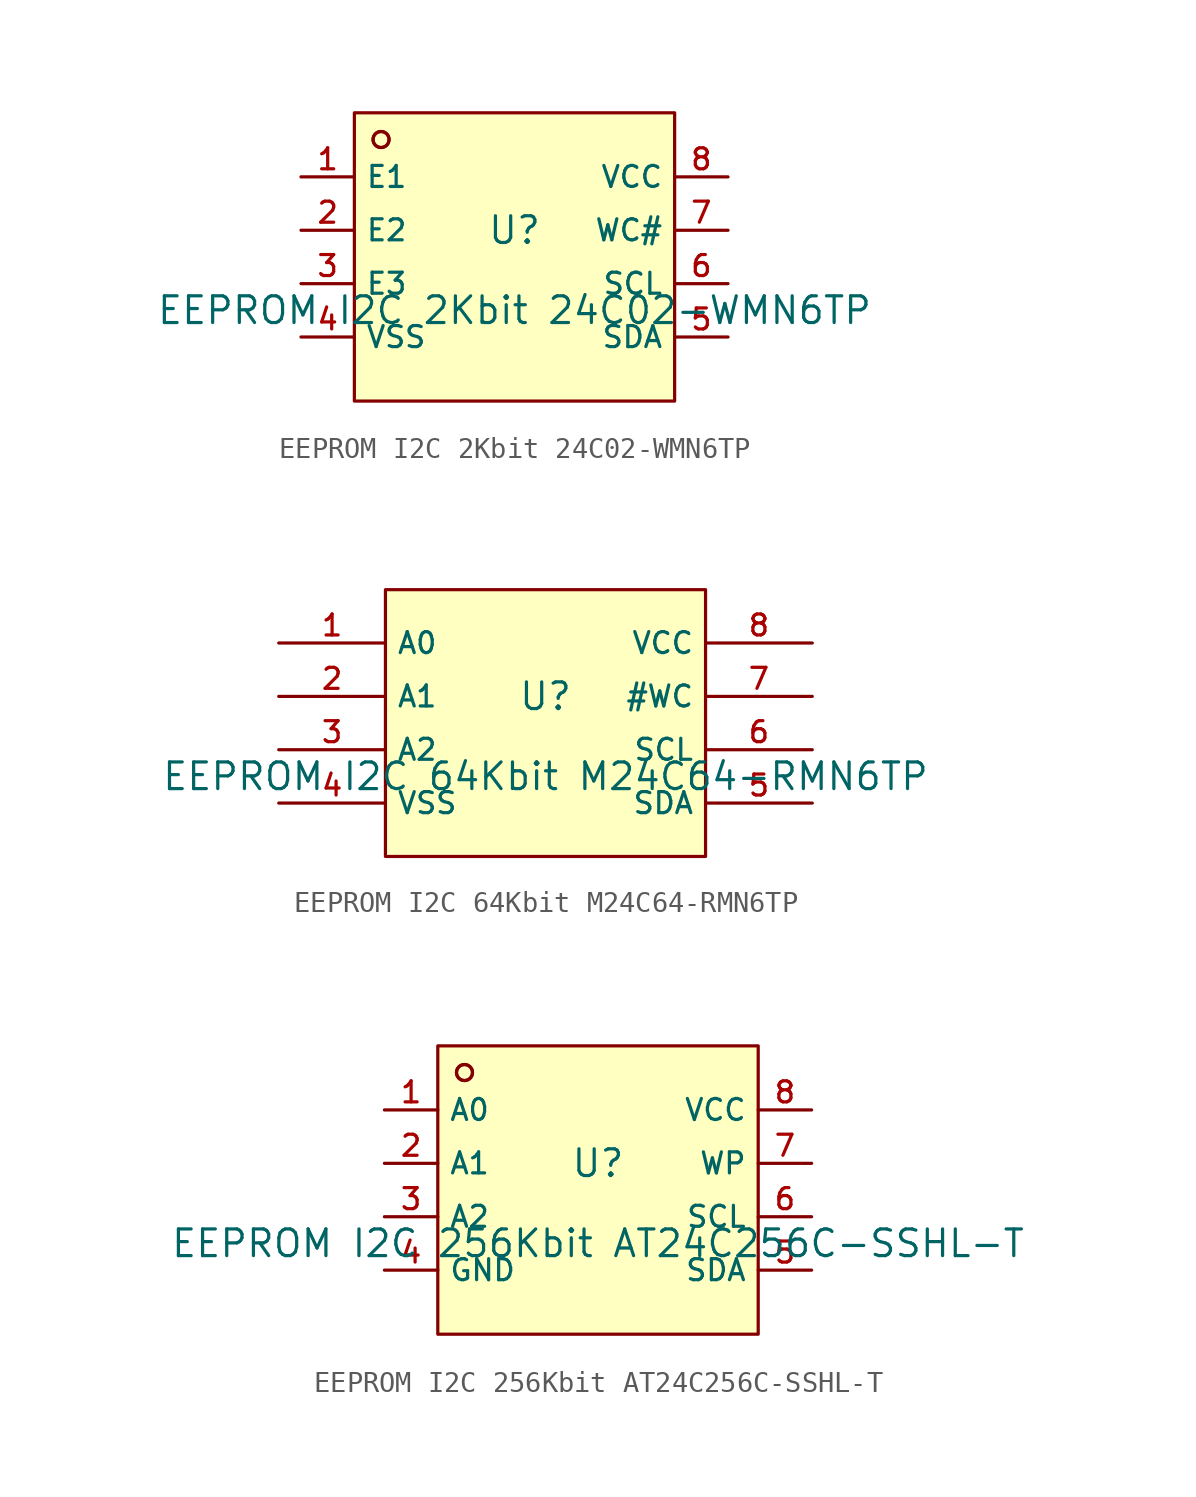
<source format=kicad_sym>
(kicad_symbol_lib
  (version 20220914)
  (generator kicad_symbol_editor)
  (symbol "EEPROM I2C 2Kbit 24C02-WMN6TP"
    (property "Reference" "U"
      (at 0 1.27 0)
      (effects (font (size 1.27 1.27))))
    (property "Value" "EEPROM I2C 2Kbit 24C02-WMN6TP"
      (at 0 -2.54 0)
      (effects (font (size 1.27 1.27))))
    (symbol "EEPROM I2C 2Kbit 24C02-WMN6TP_0_1"
      (rectangle (start -7.62 6.858) (end 7.62 -6.858) (stroke (width 0) (type default)) (fill (type background)))
      (circle (center -6.35 5.588) (radius 0.381) (stroke (width 0) (type default)) (fill (type background)))
      (circle (center -6.35 5.588) (radius 0.381) (stroke (width 0) (type default)) (fill (type background)))
      (pin unspecified line (at -10.16 3.81 0) (length 2.54) (name "E1" (effects (font (size 1 1)))) (number "1" (effects (font (size 1 1)))))
      (pin unspecified line (at -10.16 1.27 0) (length 2.54) (name "E2" (effects (font (size 1 1)))) (number "2" (effects (font (size 1 1)))))
      (pin unspecified line (at -10.16 -1.27 0) (length 2.54) (name "E3" (effects (font (size 1 1)))) (number "3" (effects (font (size 1 1)))))
      (pin unspecified line (at -10.16 -3.81 0) (length 2.54) (name "VSS" (effects (font (size 1 1)))) (number "4" (effects (font (size 1 1)))))
      (pin unspecified line (at 10.16 -3.81 180) (length 2.54) (name "SDA" (effects (font (size 1 1)))) (number "5" (effects (font (size 1 1)))))
      (pin unspecified line (at 10.16 -1.27 180) (length 2.54) (name "SCL" (effects (font (size 1 1)))) (number "6" (effects (font (size 1 1)))))
      (pin unspecified line (at 10.16 1.27 180) (length 2.54) (name "WC#" (effects (font (size 1 1)))) (number "7" (effects (font (size 1 1)))))
      (pin unspecified line (at 10.16 3.81 180) (length 2.54) (name "VCC" (effects (font (size 1 1)))) (number "8" (effects (font (size 1 1)))))))
  (symbol "EEPROM I2C 64Kbit M24C64-RMN6TP"
    (property "Reference" "U"
      (at 0 1.27 0)
      (effects (font (size 1.27 1.27))))
    (property "Value" "EEPROM I2C 64Kbit M24C64-RMN6TP"
      (at 0 -2.54 0)
      (effects (font (size 1.27 1.27))))
    (symbol "EEPROM I2C 64Kbit M24C64-RMN6TP_0_1"
      (rectangle (start -7.62 6.35) (end 7.62 -6.35) (stroke (width 0) (type default)) (fill (type background)))
      (pin unspecified line (at -12.7 3.81 0) (length 5.08) (name "A0" (effects (font (size 1 1)))) (number "1" (effects (font (size 1 1)))))
      (pin unspecified line (at -12.7 1.27 0) (length 5.08) (name "A1" (effects (font (size 1 1)))) (number "2" (effects (font (size 1 1)))))
      (pin unspecified line (at -12.7 -1.27 0) (length 5.08) (name "A2" (effects (font (size 1 1)))) (number "3" (effects (font (size 1 1)))))
      (pin power_in line (at -12.7 -3.81 0) (length 5.08) (name "VSS" (effects (font (size 1 1)))) (number "4" (effects (font (size 1 1)))))
      (pin bidirectional line (at 12.7 -3.81 180) (length 5.08) (name "SDA" (effects (font (size 1 1)))) (number "5" (effects (font (size 1 1)))))
      (pin unspecified line (at 12.7 -1.27 180) (length 5.08) (name "SCL" (effects (font (size 1 1)))) (number "6" (effects (font (size 1 1)))))
      (pin unspecified line (at 12.7 1.27 180) (length 5.08) (name "#WC" (effects (font (size 1 1)))) (number "7" (effects (font (size 1 1)))))
      (pin power_in line (at 12.7 3.81 180) (length 5.08) (name "VCC" (effects (font (size 1 1)))) (number "8" (effects (font (size 1 1)))))))
  (symbol "EEPROM I2C 256Kbit AT24C256C-SSHL-T"
    (property "Reference" "U"
      (at 0 1.27 0)
      (effects (font (size 1.27 1.27))))
    (property "Value" "EEPROM I2C 256Kbit AT24C256C-SSHL-T"
      (at 0 -2.54 0)
      (effects (font (size 1.27 1.27))))
    (symbol "EEPROM I2C 256Kbit AT24C256C-SSHL-T_0_1"
      (rectangle (start -7.62 6.858) (end 7.62 -6.858) (stroke (width 0) (type default)) (fill (type background)))
      (circle (center -6.35 5.588) (radius 0.381) (stroke (width 0) (type default)) (fill (type background)))
      (circle (center -6.35 5.588) (radius 0.381) (stroke (width 0) (type default)) (fill (type background)))
      (pin unspecified line (at -10.16 3.81 0) (length 2.54) (name "A0" (effects (font (size 1 1)))) (number "1" (effects (font (size 1 1)))))
      (pin unspecified line (at -10.16 1.27 0) (length 2.54) (name "A1" (effects (font (size 1 1)))) (number "2" (effects (font (size 1 1)))))
      (pin unspecified line (at -10.16 -1.27 0) (length 2.54) (name "A2" (effects (font (size 1 1)))) (number "3" (effects (font (size 1 1)))))
      (pin unspecified line (at -10.16 -3.81 0) (length 2.54) (name "GND" (effects (font (size 1 1)))) (number "4" (effects (font (size 1 1)))))
      (pin unspecified line (at 10.16 -3.81 180) (length 2.54) (name "SDA" (effects (font (size 1 1)))) (number "5" (effects (font (size 1 1)))))
      (pin unspecified line (at 10.16 -1.27 180) (length 2.54) (name "SCL" (effects (font (size 1 1)))) (number "6" (effects (font (size 1 1)))))
      (pin unspecified line (at 10.16 1.27 180) (length 2.54) (name "WP" (effects (font (size 1 1)))) (number "7" (effects (font (size 1 1)))))
      (pin unspecified line (at 10.16 3.81 180) (length 2.54) (name "VCC" (effects (font (size 1 1)))) (number "8" (effects (font (size 1 1))))))))
</source>
